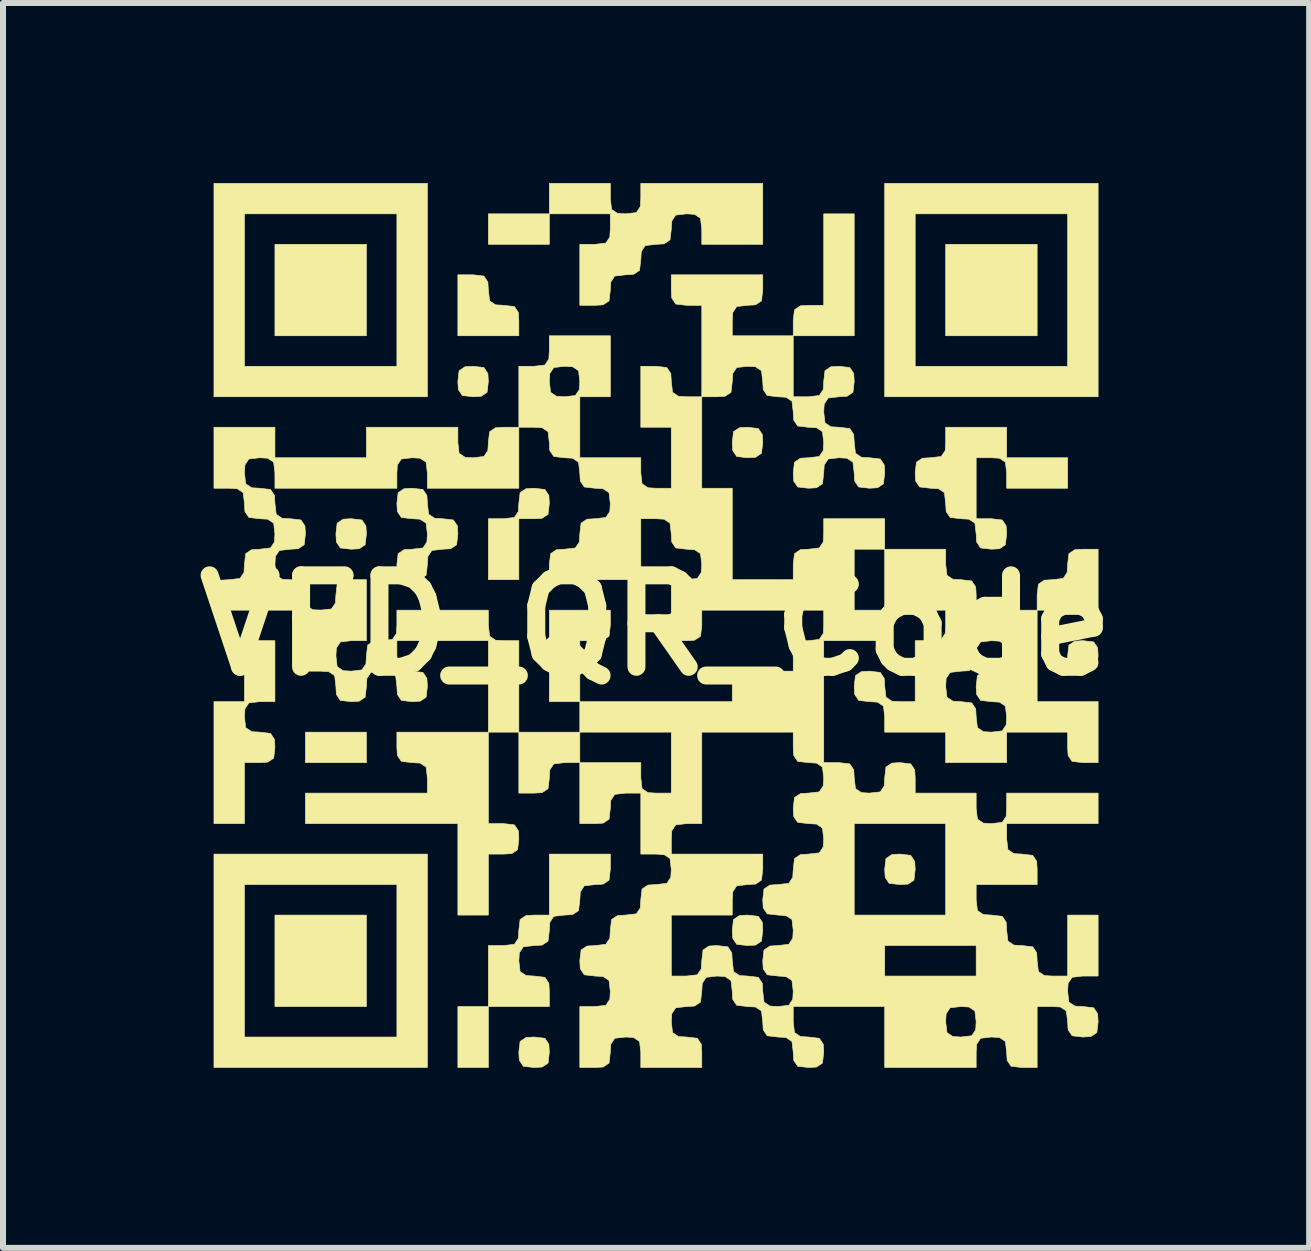
<source format=kicad_pcb>
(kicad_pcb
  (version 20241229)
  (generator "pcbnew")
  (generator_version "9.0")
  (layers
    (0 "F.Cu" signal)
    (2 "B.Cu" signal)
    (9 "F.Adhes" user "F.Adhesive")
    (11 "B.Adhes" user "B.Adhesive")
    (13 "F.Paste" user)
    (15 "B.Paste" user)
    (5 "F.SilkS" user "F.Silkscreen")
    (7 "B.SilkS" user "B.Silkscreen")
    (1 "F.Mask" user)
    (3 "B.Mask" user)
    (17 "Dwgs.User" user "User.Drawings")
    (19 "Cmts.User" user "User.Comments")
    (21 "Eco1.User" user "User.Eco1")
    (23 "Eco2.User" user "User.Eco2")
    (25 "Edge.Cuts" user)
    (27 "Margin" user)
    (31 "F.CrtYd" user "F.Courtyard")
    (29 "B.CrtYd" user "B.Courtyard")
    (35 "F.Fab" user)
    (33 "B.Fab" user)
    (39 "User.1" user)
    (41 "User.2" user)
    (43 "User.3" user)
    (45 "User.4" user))
  (footprint "VFD_QR_Code"
    (layer "F.Cu")
    (at 7.881 7.371)
    (property "Reference" "VFD_QR_Code" (at 0 0 0) (layer "F.SilkS") (effects (font (size 1.524 1.524) (thickness 0.3))))
    (attr through_hole)
    (fp_poly (pts (xy -4.826 -4.826) (xy -6.35 -4.826) (xy -6.35 -6.35) (xy -4.826 -6.35) (xy -4.826 -4.826)) (stroke (width 0.01) (type solid)) (fill yes) (layer "F.SilkS"))
    (fp_poly (pts (xy -4.826 2.286) (xy -5.842 2.286) (xy -5.842 1.778) (xy -4.826 1.778) (xy -4.826 2.286)) (stroke (width 0.01) (type solid)) (fill yes) (layer "F.SilkS"))
    (fp_poly (pts (xy -4.826 6.35) (xy -6.35 6.35) (xy -6.35 4.826) (xy -4.826 4.826) (xy -4.826 6.35)) (stroke (width 0.01) (type solid)) (fill yes) (layer "F.SilkS"))
    (fp_poly (pts (xy -2.794 7.366) (xy -3.302 7.366) (xy -3.302 6.35) (xy -2.794 6.35) (xy -2.794 7.366)) (stroke (width 0.01) (type solid)) (fill yes) (layer "F.SilkS"))
    (fp_poly (pts (xy -1.778 -6.35) (xy -2.794 -6.35) (xy -2.794 -6.858) (xy -1.778 -6.858) (xy -1.778 -6.35)) (stroke (width 0.01) (type solid)) (fill yes) (layer "F.SilkS"))
    (fp_poly (pts (xy 6.35 -4.826) (xy 4.826 -4.826) (xy 4.826 -6.35) (xy 6.35 -6.35) (xy 6.35 -4.826)) (stroke (width 0.01) (type solid)) (fill yes) (layer "F.SilkS"))
    (fp_poly (pts (xy -0.762 0) (xy -0.783 0.18) (xy -0.882 0.246) (xy -1.016 0.254) (xy -1.27 0.254) (xy -1.27 1.27) (xy -1.778 1.27) (xy -1.778 -0.254) (xy -0.762 -0.254) (xy -0.762 0)) (stroke (width 0.01) (type solid)) (fill yes) (layer "F.SilkS"))
    (fp_poly (pts (xy 2.286 -5.08) (xy 2.307 -5.26) (xy 2.406 -5.326) (xy 2.54 -5.334) (xy 2.794 -5.334) (xy 2.794 -6.858) (xy 3.302 -6.858) (xy 3.302 -4.826) (xy 2.286 -4.826) (xy 2.286 -5.08)) (stroke (width 0.01) (type solid)) (fill yes) (layer "F.SilkS"))
    (fp_poly (pts (xy -3.81 -3.81) (xy -7.366 -3.81) (xy -7.366 -6.858) (xy -6.858 -6.858) (xy -6.858 -4.318) (xy -4.318 -4.318) (xy -4.318 -6.858) (xy -6.858 -6.858) (xy -7.366 -6.858) (xy -7.366 -7.366) (xy -3.81 -7.366) (xy -3.81 -3.81)) (stroke (width 0.01) (type solid)) (fill yes) (layer "F.SilkS"))
    (fp_poly (pts (xy -3.81 7.366) (xy -7.366 7.366) (xy -7.366 4.318) (xy -6.858 4.318) (xy -6.858 6.858) (xy -4.318 6.858) (xy -4.318 4.318) (xy -6.858 4.318) (xy -7.366 4.318) (xy -7.366 3.81) (xy -3.81 3.81) (xy -3.81 7.366)) (stroke (width 0.01) (type solid)) (fill yes) (layer "F.SilkS"))
    (fp_poly (pts (xy 7.366 -3.81) (xy 3.81 -3.81) (xy 3.81 -6.858) (xy 4.318 -6.858) (xy 4.318 -4.318) (xy 6.858 -4.318) (xy 6.858 -6.858) (xy 4.318 -6.858) (xy 3.81 -6.858) (xy 3.81 -7.366) (xy 7.366 -7.366) (xy 7.366 -3.81)) (stroke (width 0.01) (type solid)) (fill yes) (layer "F.SilkS"))
    (fp_poly (pts (xy -4.9 -1.757) (xy -4.834 -1.658) (xy -4.826 -1.524) (xy -4.847 -1.344) (xy -4.946 -1.278) (xy -5.08 -1.27) (xy -5.26 -1.291) (xy -5.326 -1.39) (xy -5.334 -1.524) (xy -5.313 -1.704) (xy -5.214 -1.77) (xy -5.08 -1.778) (xy -4.9 -1.757)) (stroke (width 0.01) (type solid)) (fill yes) (layer "F.SilkS"))
    (fp_poly (pts (xy -2.868 -4.297) (xy -2.802 -4.198) (xy -2.794 -4.064) (xy -2.815 -3.884) (xy -2.914 -3.818) (xy -3.048 -3.81) (xy -3.228 -3.831) (xy -3.294 -3.93) (xy -3.302 -4.064) (xy -3.281 -4.244) (xy -3.182 -4.31) (xy -3.048 -4.318) (xy -2.868 -4.297)) (stroke (width 0.01) (type solid)) (fill yes) (layer "F.SilkS"))
    (fp_poly (pts (xy -1.852 6.879) (xy -1.786 6.978) (xy -1.778 7.112) (xy -1.799 7.292) (xy -1.898 7.358) (xy -2.032 7.366) (xy -2.212 7.345) (xy -2.278 7.246) (xy -2.286 7.112) (xy -2.265 6.932) (xy -2.166 6.866) (xy -2.032 6.858) (xy -1.852 6.879)) (stroke (width 0.01) (type solid)) (fill yes) (layer "F.SilkS"))
    (fp_poly (pts (xy 1.704 -3.281) (xy 1.77 -3.182) (xy 1.778 -3.048) (xy 1.757 -2.868) (xy 1.658 -2.802) (xy 1.524 -2.794) (xy 1.344 -2.815) (xy 1.278 -2.914) (xy 1.27 -3.048) (xy 1.291 -3.228) (xy 1.39 -3.294) (xy 1.524 -3.302) (xy 1.704 -3.281)) (stroke (width 0.01) (type solid)) (fill yes) (layer "F.SilkS"))
    (fp_poly (pts (xy 1.704 4.847) (xy 1.77 4.946) (xy 1.778 5.08) (xy 1.757 5.26) (xy 1.658 5.326) (xy 1.524 5.334) (xy 1.344 5.313) (xy 1.278 5.214) (xy 1.27 5.08) (xy 1.291 4.9) (xy 1.39 4.834) (xy 1.524 4.826) (xy 1.704 4.847)) (stroke (width 0.01) (type solid)) (fill yes) (layer "F.SilkS"))
    (fp_poly (pts (xy 4.244 3.831) (xy 4.31 3.93) (xy 4.318 4.064) (xy 4.297 4.244) (xy 4.198 4.31) (xy 4.064 4.318) (xy 3.884 4.297) (xy 3.818 4.198) (xy 3.81 4.064) (xy 3.831 3.884) (xy 3.93 3.818) (xy 4.064 3.81) (xy 4.244 3.831)) (stroke (width 0.01) (type solid)) (fill yes) (layer "F.SilkS"))
    (fp_poly (pts (xy 7.292 0.275) (xy 7.358 0.374) (xy 7.366 0.508) (xy 7.345 0.688) (xy 7.246 0.754) (xy 7.112 0.762) (xy 6.932 0.741) (xy 6.866 0.642) (xy 6.858 0.508) (xy 6.879 0.328) (xy 6.978 0.262) (xy 7.112 0.254) (xy 7.292 0.275)) (stroke (width 0.01) (type solid)) (fill yes) (layer "F.SilkS"))
    (fp_poly (pts (xy -2.868 -5.821) (xy -2.802 -5.722) (xy -2.794 -5.588) (xy -2.773 -5.408) (xy -2.674 -5.342) (xy -2.54 -5.334) (xy -2.36 -5.313) (xy -2.294 -5.214) (xy -2.286 -5.08) (xy -2.286 -4.826) (xy -3.302 -4.826) (xy -3.302 -5.842) (xy -3.048 -5.842) (xy -2.868 -5.821)) (stroke (width 0.01) (type solid)) (fill yes) (layer "F.SilkS"))
    (fp_poly (pts (xy 6.35 -0.508) (xy 6.371 -0.688) (xy 6.47 -0.754) (xy 6.604 -0.762) (xy 6.784 -0.783) (xy 6.85 -0.882) (xy 6.858 -1.016) (xy 6.879 -1.196) (xy 6.978 -1.262) (xy 7.112 -1.27) (xy 7.366 -1.27) (xy 7.366 -0.254) (xy 6.35 -0.254) (xy 6.35 -0.508)) (stroke (width 0.01) (type solid)) (fill yes) (layer "F.SilkS"))
    (fp_poly (pts (xy -1.852 -2.265) (xy -1.786 -2.166) (xy -1.778 -2.032) (xy -1.799 -1.852) (xy -1.898 -1.786) (xy -2.032 -1.778) (xy -2.286 -1.778) (xy -2.286 -0.762) (xy -2.794 -0.762) (xy -2.794 -1.778) (xy -2.54 -1.778) (xy -2.36 -1.799) (xy -2.294 -1.898) (xy -2.286 -2.032) (xy -2.265 -2.212) (xy -2.166 -2.278) (xy -2.032 -2.286) (xy -1.852 -2.265)) (stroke (width 0.01) (type solid)) (fill yes) (layer "F.SilkS"))
    (fp_poly (pts (xy -6.35 1.27) (xy -6.604 1.27) (xy -6.784 1.291) (xy -6.85 1.39) (xy -6.858 1.524) (xy -6.837 1.704) (xy -6.738 1.77) (xy -6.604 1.778) (xy -6.424 1.799) (xy -6.358 1.898) (xy -6.35 2.032) (xy -6.371 2.212) (xy -6.47 2.278) (xy -6.604 2.286) (xy -6.858 2.286) (xy -6.858 3.302) (xy -7.366 3.302) (xy -7.366 1.27) (xy -6.858 1.27) (xy -6.858 0.254) (xy -6.35 0.254) (xy -6.35 1.27)) (stroke (width 0.01) (type solid)) (fill yes) (layer "F.SilkS"))
    (fp_poly (pts (xy -2.794 3.302) (xy -2.54 3.302) (xy -2.36 3.323) (xy -2.294 3.422) (xy -2.286 3.556) (xy -2.307 3.736) (xy -2.406 3.802) (xy -2.54 3.81) (xy -2.794 3.81) (xy -2.794 4.826) (xy -3.302 4.826) (xy -3.302 3.302) (xy -5.842 3.302) (xy -5.842 2.794) (xy -3.81 2.794) (xy -3.81 2.54) (xy -3.831 2.36) (xy -3.93 2.294) (xy -4.064 2.286) (xy -4.244 2.265) (xy -4.31 2.166) (xy -4.318 2.032) (xy -4.318 1.778) (xy -2.794 1.778) (xy -2.794 3.302)) (stroke (width 0.01) (type solid)) (fill yes) (layer "F.SilkS"))
    (fp_poly (pts (xy -3.884 -2.265) (xy -3.818 -2.166) (xy -3.81 -2.032) (xy -3.789 -1.852) (xy -3.69 -1.786) (xy -3.556 -1.778) (xy -3.376 -1.757) (xy -3.31 -1.658) (xy -3.302 -1.524) (xy -3.323 -1.344) (xy -3.422 -1.278) (xy -3.556 -1.27) (xy -3.736 -1.249) (xy -3.802 -1.15) (xy -3.81 -1.016) (xy -3.831 -0.836) (xy -3.93 -0.77) (xy -4.064 -0.762) (xy -4.244 -0.783) (xy -4.31 -0.882) (xy -4.318 -1.016) (xy -4.297 -1.196) (xy -4.198 -1.262) (xy -4.064 -1.27) (xy -3.884 -1.291) (xy -3.818 -1.39) (xy -3.81 -1.524) (xy -3.831 -1.704) (xy -3.93 -1.77) (xy -4.064 -1.778) (xy -4.244 -1.799) (xy -4.31 -1.898) (xy -4.318 -2.032) (xy -4.297 -2.212) (xy -4.198 -2.278) (xy -4.064 -2.286) (xy -3.884 -2.265)) (stroke (width 0.01) (type solid)) (fill yes) (layer "F.SilkS"))
    (fp_poly (pts (xy -2.794 5.334) (xy -2.54 5.334) (xy -2.36 5.313) (xy -2.294 5.214) (xy -2.286 5.08) (xy -2.265 4.9) (xy -2.166 4.834) (xy -2.032 4.826) (xy -1.778 4.826) (xy -1.778 3.81) (xy -0.762 3.81) (xy -0.762 4.064) (xy -0.783 4.244) (xy -0.882 4.31) (xy -1.016 4.318) (xy -1.196 4.339) (xy -1.262 4.438) (xy -1.27 4.572) (xy -1.291 4.752) (xy -1.39 4.818) (xy -1.524 4.826) (xy -1.704 4.847) (xy -1.77 4.946) (xy -1.778 5.08) (xy -1.799 5.26) (xy -1.898 5.326) (xy -2.032 5.334) (xy -2.212 5.355) (xy -2.278 5.454) (xy -2.286 5.588) (xy -2.265 5.768) (xy -2.166 5.834) (xy -2.032 5.842) (xy -1.852 5.863) (xy -1.786 5.962) (xy -1.778 6.096) (xy -1.778 6.35) (xy -2.794 6.35) (xy -2.794 5.334)) (stroke (width 0.01) (type solid)) (fill yes) (layer "F.SilkS"))
    (fp_poly (pts (xy 5.842 -2.794) (xy 6.858 -2.794) (xy 6.858 -2.286) (xy 5.842 -2.286) (xy 5.842 -2.54) (xy 5.821 -2.72) (xy 5.722 -2.786) (xy 5.588 -2.794) (xy 5.334 -2.794) (xy 5.334 -1.778) (xy 5.588 -1.778) (xy 5.768 -1.757) (xy 5.834 -1.658) (xy 5.842 -1.524) (xy 5.821 -1.344) (xy 5.722 -1.278) (xy 5.588 -1.27) (xy 5.408 -1.291) (xy 5.342 -1.39) (xy 5.334 -1.524) (xy 5.313 -1.704) (xy 5.214 -1.77) (xy 5.08 -1.778) (xy 4.9 -1.799) (xy 4.834 -1.898) (xy 4.826 -2.032) (xy 4.805 -2.212) (xy 4.706 -2.278) (xy 4.572 -2.286) (xy 4.392 -2.307) (xy 4.326 -2.406) (xy 4.318 -2.54) (xy 4.339 -2.72) (xy 4.438 -2.786) (xy 4.572 -2.794) (xy 4.752 -2.815) (xy 4.818 -2.914) (xy 4.826 -3.048) (xy 4.826 -3.302) (xy 5.842 -3.302) (xy 5.842 -2.794)) (stroke (width 0.01) (type solid)) (fill yes) (layer "F.SilkS"))
    (fp_poly (pts (xy -1.778 -7.366) (xy -0.762 -7.366) (xy -0.762 -7.112) (xy -0.741 -6.932) (xy -0.642 -6.866) (xy -0.508 -6.858) (xy -0.328 -6.879) (xy -0.262 -6.978) (xy -0.254 -7.112) (xy -0.254 -7.366) (xy 1.778 -7.366) (xy 1.778 -6.35) (xy 0.762 -6.35) (xy 0.762 -6.604) (xy 0.741 -6.784) (xy 0.642 -6.85) (xy 0.508 -6.858) (xy 0.328 -6.837) (xy 0.262 -6.738) (xy 0.254 -6.604) (xy 0.233 -6.424) (xy 0.134 -6.358) (xy 0 -6.35) (xy -0.18 -6.329) (xy -0.246 -6.23) (xy -0.254 -6.096) (xy -0.275 -5.916) (xy -0.374 -5.85) (xy -0.508 -5.842) (xy -0.688 -5.821) (xy -0.754 -5.722) (xy -0.762 -5.588) (xy -0.783 -5.408) (xy -0.882 -5.342) (xy -1.016 -5.334) (xy -1.27 -5.334) (xy -1.27 -6.35) (xy -1.016 -6.35) (xy -0.836 -6.371) (xy -0.77 -6.47) (xy -0.762 -6.604) (xy -0.762 -6.858) (xy -1.778 -6.858) (xy -1.778 -7.366)) (stroke (width 0.01) (type solid)) (fill yes) (layer "F.SilkS"))
    (fp_poly (pts (xy 6.35 1.27) (xy 7.366 1.27) (xy 7.366 2.286) (xy 7.112 2.286) (xy 6.932 2.265) (xy 6.866 2.166) (xy 6.858 2.032) (xy 6.858 1.778) (xy 5.842 1.778) (xy 5.842 2.286) (xy 4.826 2.286) (xy 4.826 1.778) (xy 3.81 1.778) (xy 3.81 1.524) (xy 3.789 1.344) (xy 3.69 1.278) (xy 3.556 1.27) (xy 3.376 1.249) (xy 3.31 1.15) (xy 3.302 1.016) (xy 3.323 0.836) (xy 3.422 0.77) (xy 3.556 0.762) (xy 3.736 0.783) (xy 3.802 0.882) (xy 3.81 1.016) (xy 3.831 1.196) (xy 3.93 1.262) (xy 4.064 1.27) (xy 4.318 1.27) (xy 4.318 1.016) (xy 4.826 1.016) (xy 4.847 1.196) (xy 4.946 1.262) (xy 5.08 1.27) (xy 5.26 1.291) (xy 5.326 1.39) (xy 5.334 1.524) (xy 5.355 1.704) (xy 5.454 1.77) (xy 5.588 1.778) (xy 5.768 1.757) (xy 5.834 1.658) (xy 5.842 1.524) (xy 5.821 1.344) (xy 5.722 1.278) (xy 5.588 1.27) (xy 5.408 1.249) (xy 5.342 1.15) (xy 5.334 1.016) (xy 5.355 0.836) (xy 5.454 0.77) (xy 5.588 0.762) (xy 5.768 0.741) (xy 5.834 0.642) (xy 5.842 0.508) (xy 5.821 0.328) (xy 5.722 0.262) (xy 5.588 0.254) (xy 5.408 0.275) (xy 5.342 0.374) (xy 5.334 0.508) (xy 5.313 0.688) (xy 5.214 0.754) (xy 5.08 0.762) (xy 4.9 0.783) (xy 4.834 0.882) (xy 4.826 1.016) (xy 4.318 1.016) (xy 4.318 0.254) (xy 4.572 0.254) (xy 4.752 0.233) (xy 4.818 0.134) (xy 4.826 0) (xy 4.826 -0.254) (xy 3.81 -0.254) (xy 3.81 -1.27) (xy 4.826 -1.27) (xy 4.826 -1.016) (xy 4.847 -0.836) (xy 4.946 -0.77) (xy 5.08 -0.762) (xy 5.26 -0.741) (xy 5.326 -0.642) (xy 5.334 -0.508) (xy 5.334 -0.254) (xy 6.35 -0.254) (xy 6.35 1.27)) (stroke (width 0.01) (type solid)) (fill yes) (layer "F.SilkS"))
    (fp_poly (pts (xy 2.286 -3.81) (xy 2.54 -3.81) (xy 2.72 -3.831) (xy 2.786 -3.93) (xy 2.794 -4.064) (xy 2.815 -4.244) (xy 2.914 -4.31) (xy 3.048 -4.318) (xy 3.228 -4.297) (xy 3.294 -4.198) (xy 3.302 -4.064) (xy 3.281 -3.884) (xy 3.182 -3.818) (xy 3.048 -3.81) (xy 2.868 -3.789) (xy 2.802 -3.69) (xy 2.794 -3.556) (xy 2.815 -3.376) (xy 2.914 -3.31) (xy 3.048 -3.302) (xy 3.228 -3.281) (xy 3.294 -3.182) (xy 3.302 -3.048) (xy 3.323 -2.868) (xy 3.422 -2.802) (xy 3.556 -2.794) (xy 3.736 -2.773) (xy 3.802 -2.674) (xy 3.81 -2.54) (xy 3.789 -2.36) (xy 3.69 -2.294) (xy 3.556 -2.286) (xy 3.376 -2.307) (xy 3.31 -2.406) (xy 3.302 -2.54) (xy 3.281 -2.72) (xy 3.182 -2.786) (xy 3.048 -2.794) (xy 2.868 -2.773) (xy 2.802 -2.674) (xy 2.794 -2.54) (xy 2.773 -2.36) (xy 2.674 -2.294) (xy 2.54 -2.286) (xy 2.36 -2.307) (xy 2.294 -2.406) (xy 2.286 -2.54) (xy 2.307 -2.72) (xy 2.406 -2.786) (xy 2.54 -2.794) (xy 2.72 -2.815) (xy 2.786 -2.914) (xy 2.794 -3.048) (xy 2.773 -3.228) (xy 2.674 -3.294) (xy 2.54 -3.302) (xy 2.36 -3.323) (xy 2.294 -3.422) (xy 2.286 -3.556) (xy 2.265 -3.736) (xy 2.166 -3.802) (xy 2.032 -3.81) (xy 1.852 -3.831) (xy 1.786 -3.93) (xy 1.778 -4.064) (xy 1.757 -4.244) (xy 1.658 -4.31) (xy 1.524 -4.318) (xy 1.344 -4.297) (xy 1.278 -4.198) (xy 1.27 -4.064) (xy 1.249 -3.884) (xy 1.15 -3.818) (xy 1.016 -3.81) (xy 0.762 -3.81) (xy 0.762 -5.334) (xy 0.508 -5.334) (xy 0.328 -5.355) (xy 0.262 -5.454) (xy 0.254 -5.588) (xy 0.254 -5.842) (xy 1.778 -5.842) (xy 1.778 -5.588) (xy 1.757 -5.408) (xy 1.658 -5.342) (xy 1.524 -5.334) (xy 1.344 -5.313) (xy 1.278 -5.214) (xy 1.27 -5.08) (xy 1.27 -4.826) (xy 2.286 -4.826) (xy 2.286 -3.81)) (stroke (width 0.01) (type solid)) (fill yes) (layer "F.SilkS"))
    (fp_poly (pts (xy -2.794 0.254) (xy -4.318 0.254) (xy -4.318 0.508) (xy -4.297 0.688) (xy -4.198 0.754) (xy -4.064 0.762) (xy -3.884 0.783) (xy -3.818 0.882) (xy -3.81 1.016) (xy -3.831 1.196) (xy -3.93 1.262) (xy -4.064 1.27) (xy -4.244 1.249) (xy -4.31 1.15) (xy -4.318 1.016) (xy -4.339 0.836) (xy -4.438 0.77) (xy -4.572 0.762) (xy -4.752 0.783) (xy -4.818 0.882) (xy -4.826 1.016) (xy -4.847 1.196) (xy -4.946 1.262) (xy -5.08 1.27) (xy -5.26 1.249) (xy -5.326 1.15) (xy -5.334 1.016) (xy -5.355 0.836) (xy -5.454 0.77) (xy -5.588 0.762) (xy -5.842 0.762) (xy -5.842 -0.254) (xy -7.366 -0.254) (xy -7.366 -0.508) (xy -7.345 -0.688) (xy -7.246 -0.754) (xy -7.112 -0.762) (xy -6.932 -0.783) (xy -6.866 -0.882) (xy -6.858 -1.016) (xy -6.837 -1.196) (xy -6.738 -1.262) (xy -6.604 -1.27) (xy -6.424 -1.291) (xy -6.358 -1.39) (xy -6.35 -1.524) (xy -6.371 -1.704) (xy -6.47 -1.77) (xy -6.604 -1.778) (xy -6.784 -1.799) (xy -6.85 -1.898) (xy -6.858 -2.032) (xy -6.879 -2.212) (xy -6.978 -2.278) (xy -7.112 -2.286) (xy -7.366 -2.286) (xy -7.366 -3.302) (xy -6.35 -3.302) (xy -6.35 -2.794) (xy -4.826 -2.794) (xy -4.826 -3.302) (xy -3.302 -3.302) (xy -3.302 -3.048) (xy -3.281 -2.868) (xy -3.182 -2.802) (xy -3.048 -2.794) (xy -2.868 -2.815) (xy -2.802 -2.914) (xy -2.794 -3.048) (xy -2.773 -3.228) (xy -2.674 -3.294) (xy -2.54 -3.302) (xy -2.286 -3.302) (xy -2.286 -2.286) (xy -3.81 -2.286) (xy -3.81 -2.54) (xy -3.831 -2.72) (xy -3.93 -2.786) (xy -4.064 -2.794) (xy -4.244 -2.773) (xy -4.31 -2.674) (xy -4.318 -2.54) (xy -4.318 -2.286) (xy -6.35 -2.286) (xy -6.35 -2.54) (xy -6.371 -2.72) (xy -6.47 -2.786) (xy -6.604 -2.794) (xy -6.784 -2.773) (xy -6.85 -2.674) (xy -6.858 -2.54) (xy -6.837 -2.36) (xy -6.738 -2.294) (xy -6.604 -2.286) (xy -6.424 -2.265) (xy -6.358 -2.166) (xy -6.35 -2.032) (xy -6.329 -1.852) (xy -6.23 -1.786) (xy -6.096 -1.778) (xy -5.916 -1.757) (xy -5.85 -1.658) (xy -5.842 -1.524) (xy -5.863 -1.344) (xy -5.962 -1.278) (xy -6.096 -1.27) (xy -6.276 -1.249) (xy -6.342 -1.15) (xy -6.35 -1.016) (xy -6.329 -0.836) (xy -6.23 -0.77) (xy -6.096 -0.762) (xy -5.916 -0.741) (xy -5.85 -0.642) (xy -5.842 -0.508) (xy -5.821 -0.328) (xy -5.722 -0.262) (xy -5.588 -0.254) (xy -5.408 -0.275) (xy -5.342 -0.374) (xy -5.334 -0.508) (xy -5.313 -0.688) (xy -5.214 -0.754) (xy -5.08 -0.762) (xy -4.826 -0.762) (xy -4.826 0.254) (xy -5.08 0.254) (xy -5.26 0.275) (xy -5.326 0.374) (xy -5.334 0.508) (xy -5.313 0.688) (xy -5.214 0.754) (xy -5.08 0.762) (xy -4.9 0.741) (xy -4.834 0.642) (xy -4.826 0.508) (xy -4.805 0.328) (xy -4.706 0.262) (xy -4.572 0.254) (xy -4.392 0.233) (xy -4.326 0.134) (xy -4.318 0) (xy -4.318 -0.254) (xy -2.794 -0.254) (xy -2.794 0) (xy -2.773 0.18) (xy -2.674 0.246) (xy -2.54 0.254) (xy -2.286 0.254) (xy -2.286 1.778) (xy -2.794 1.778) (xy -2.794 0.254)) (stroke (width 0.01) (type solid)) (fill yes) (layer "F.SilkS"))
    (fp_poly (pts (xy -2.286 -4.318) (xy -2.032 -4.318) (xy -1.852 -4.339) (xy -1.786 -4.438) (xy -1.778 -4.572) (xy -1.778 -4.826) (xy -0.762 -4.826) (xy -0.762 -3.81) (xy -1.27 -3.81) (xy -1.27 -2.794) (xy -0.254 -2.794) (xy -0.254 -2.54) (xy -0.233 -2.36) (xy -0.134 -2.294) (xy 0 -2.286) (xy 0.254 -2.286) (xy 0.254 -3.302) (xy -0.254 -3.302) (xy -0.254 -4.318) (xy 0 -4.318) (xy 0.18 -4.297) (xy 0.246 -4.198) (xy 0.254 -4.064) (xy 0.275 -3.884) (xy 0.374 -3.818) (xy 0.508 -3.81) (xy 0.762 -3.81) (xy 0.762 -2.286) (xy 1.27 -2.286) (xy 1.27 -0.762) (xy 2.286 -0.762) (xy 2.286 -1.016) (xy 2.307 -1.196) (xy 2.406 -1.262) (xy 2.54 -1.27) (xy 2.72 -1.291) (xy 2.786 -1.39) (xy 2.794 -1.524) (xy 2.794 -1.778) (xy 3.81 -1.778) (xy 3.81 -1.27) (xy 3.302 -1.27) (xy 3.302 -0.254) (xy 3.81 -0.254) (xy 3.81 0.254) (xy 2.794 0.254) (xy 2.794 2.286) (xy 3.048 2.286) (xy 3.228 2.307) (xy 3.294 2.406) (xy 3.302 2.54) (xy 3.323 2.72) (xy 3.422 2.786) (xy 3.556 2.794) (xy 3.736 2.773) (xy 3.802 2.674) (xy 3.81 2.54) (xy 3.831 2.36) (xy 3.93 2.294) (xy 4.064 2.286) (xy 4.244 2.307) (xy 4.31 2.406) (xy 4.318 2.54) (xy 4.318 2.794) (xy 5.334 2.794) (xy 5.334 3.048) (xy 5.355 3.228) (xy 5.454 3.294) (xy 5.588 3.302) (xy 5.768 3.281) (xy 5.834 3.182) (xy 5.842 3.048) (xy 5.842 2.794) (xy 7.366 2.794) (xy 7.366 3.302) (xy 5.842 3.302) (xy 5.842 3.556) (xy 5.863 3.736) (xy 5.962 3.802) (xy 6.096 3.81) (xy 6.276 3.831) (xy 6.342 3.93) (xy 6.35 4.064) (xy 6.35 4.318) (xy 5.334 4.318) (xy 5.334 4.572) (xy 5.355 4.752) (xy 5.454 4.818) (xy 5.588 4.826) (xy 5.768 4.847) (xy 5.834 4.946) (xy 5.842 5.08) (xy 5.863 5.26) (xy 5.962 5.326) (xy 6.096 5.334) (xy 6.276 5.355) (xy 6.342 5.454) (xy 6.35 5.588) (xy 6.371 5.768) (xy 6.47 5.834) (xy 6.604 5.842) (xy 6.858 5.842) (xy 6.858 4.826) (xy 7.366 4.826) (xy 7.366 5.842) (xy 7.112 5.842) (xy 6.932 5.863) (xy 6.866 5.962) (xy 6.858 6.096) (xy 6.879 6.276) (xy 6.978 6.342) (xy 7.112 6.35) (xy 7.292 6.371) (xy 7.358 6.47) (xy 7.366 6.604) (xy 7.345 6.784) (xy 7.246 6.85) (xy 7.112 6.858) (xy 6.932 6.837) (xy 6.866 6.738) (xy 6.858 6.604) (xy 6.837 6.424) (xy 6.738 6.358) (xy 6.604 6.35) (xy 6.35 6.35) (xy 6.35 7.366) (xy 6.096 7.366) (xy 5.916 7.345) (xy 5.85 7.246) (xy 5.842 7.112) (xy 5.821 6.932) (xy 5.722 6.866) (xy 5.588 6.858) (xy 5.408 6.879) (xy 5.342 6.978) (xy 5.334 7.112) (xy 5.334 7.366) (xy 3.81 7.366) (xy 3.81 6.604) (xy 4.826 6.604) (xy 4.847 6.784) (xy 4.946 6.85) (xy 5.08 6.858) (xy 5.26 6.837) (xy 5.326 6.738) (xy 5.334 6.604) (xy 5.313 6.424) (xy 5.214 6.358) (xy 5.08 6.35) (xy 4.9 6.371) (xy 4.834 6.47) (xy 4.826 6.604) (xy 3.81 6.604) (xy 3.81 6.35) (xy 2.286 6.35) (xy 2.286 6.604) (xy 2.307 6.784) (xy 2.406 6.85) (xy 2.54 6.858) (xy 2.72 6.879) (xy 2.786 6.978) (xy 2.794 7.112) (xy 2.773 7.292) (xy 2.674 7.358) (xy 2.54 7.366) (xy 2.36 7.345) (xy 2.294 7.246) (xy 2.286 7.112) (xy 2.265 6.932) (xy 2.166 6.866) (xy 2.032 6.858) (xy 1.852 6.837) (xy 1.786 6.738) (xy 1.778 6.604) (xy 1.757 6.424) (xy 1.658 6.358) (xy 1.524 6.35) (xy 1.344 6.329) (xy 1.278 6.23) (xy 1.27 6.096) (xy 1.249 5.916) (xy 1.15 5.85) (xy 1.016 5.842) (xy 0.836 5.863) (xy 0.77 5.962) (xy 0.762 6.096) (xy 0.741 6.276) (xy 0.642 6.342) (xy 0.508 6.35) (xy 0.328 6.371) (xy 0.262 6.47) (xy 0.254 6.604) (xy 0.275 6.784) (xy 0.374 6.85) (xy 0.508 6.858) (xy 0.688 6.879) (xy 0.754 6.978) (xy 0.762 7.112) (xy 0.762 7.366) (xy -0.254 7.366) (xy -0.254 7.112) (xy -0.275 6.932) (xy -0.374 6.866) (xy -0.508 6.858) (xy -0.688 6.879) (xy -0.754 6.978) (xy -0.762 7.112) (xy -0.783 7.292) (xy -0.882 7.358) (xy -1.016 7.366) (xy -1.27 7.366) (xy -1.27 6.35) (xy -1.016 6.35) (xy -0.836 6.329) (xy -0.77 6.23) (xy -0.762 6.096) (xy -0.783 5.916) (xy -0.882 5.85) (xy -1.016 5.842) (xy -1.196 5.821) (xy -1.262 5.722) (xy -1.27 5.588) (xy -1.249 5.408) (xy -1.15 5.342) (xy -1.016 5.334) (xy -0.836 5.313) (xy -0.77 5.214) (xy -0.762 5.08) (xy -0.741 4.9) (xy -0.642 4.834) (xy -0.508 4.826) (xy -0.328 4.805) (xy -0.262 4.706) (xy -0.254 4.572) (xy -0.233 4.392) (xy -0.134 4.326) (xy 0 4.318) (xy 0.18 4.297) (xy 0.246 4.198) (xy 0.254 4.064) (xy 0.233 3.884) (xy 0.134 3.818) (xy 0 3.81) (xy -0.254 3.81) (xy -0.254 3.556) (xy 0.254 3.556) (xy 0.254 3.81) (xy 1.778 3.81) (xy 1.778 4.064) (xy 1.757 4.244) (xy 1.658 4.31) (xy 1.524 4.318) (xy 1.344 4.339) (xy 1.278 4.438) (xy 1.27 4.572) (xy 1.27 4.826) (xy 0.254 4.826) (xy 0.254 5.842) (xy 0.508 5.842) (xy 0.688 5.821) (xy 0.754 5.722) (xy 0.762 5.588) (xy 0.783 5.408) (xy 0.882 5.342) (xy 1.016 5.334) (xy 1.196 5.355) (xy 1.262 5.454) (xy 1.27 5.588) (xy 1.291 5.768) (xy 1.39 5.834) (xy 1.524 5.842) (xy 1.704 5.863) (xy 1.77 5.962) (xy 1.778 6.096) (xy 1.799 6.276) (xy 1.898 6.342) (xy 2.032 6.35) (xy 2.212 6.329) (xy 2.278 6.23) (xy 2.286 6.096) (xy 2.265 5.916) (xy 2.166 5.85) (xy 2.032 5.842) (xy 1.852 5.821) (xy 1.786 5.722) (xy 1.778 5.588) (xy 1.799 5.408) (xy 1.898 5.342) (xy 2.032 5.334) (xy 3.81 5.334) (xy 3.81 5.842) (xy 5.334 5.842) (xy 5.334 5.334) (xy 3.81 5.334) (xy 2.032 5.334) (xy 2.212 5.313) (xy 2.278 5.214) (xy 2.286 5.08) (xy 2.265 4.9) (xy 2.166 4.834) (xy 2.032 4.826) (xy 1.852 4.805) (xy 1.786 4.706) (xy 1.778 4.572) (xy 1.799 4.392) (xy 1.898 4.326) (xy 2.032 4.318) (xy 2.212 4.297) (xy 2.278 4.198) (xy 2.286 4.064) (xy 2.307 3.884) (xy 2.406 3.818) (xy 2.54 3.81) (xy 2.72 3.789) (xy 2.786 3.69) (xy 2.794 3.556) (xy 2.773 3.376) (xy 2.674 3.31) (xy 2.54 3.302) (xy 3.302 3.302) (xy 3.302 4.826) (xy 4.826 4.826) (xy 4.826 3.302) (xy 3.302 3.302) (xy 2.54 3.302) (xy 2.36 3.281) (xy 2.294 3.182) (xy 2.286 3.048) (xy 2.307 2.868) (xy 2.406 2.802) (xy 2.54 2.794) (xy 2.72 2.773) (xy 2.786 2.674) (xy 2.794 2.54) (xy 2.773 2.36) (xy 2.674 2.294) (xy 2.54 2.286) (xy 2.36 2.265) (xy 2.294 2.166) (xy 2.286 2.032) (xy 2.286 1.778) (xy 0.762 1.778) (xy 0.762 3.302) (xy 0.508 3.302) (xy 0.328 3.323) (xy 0.262 3.422) (xy 0.254 3.556) (xy -0.254 3.556) (xy -0.254 2.794) (xy -0.508 2.794) (xy -0.688 2.815) (xy -0.754 2.914) (xy -0.762 3.048) (xy -0.783 3.228) (xy -0.882 3.294) (xy -1.016 3.302) (xy -1.27 3.302) (xy -1.27 2.286) (xy -1.524 2.286) (xy -1.704 2.307) (xy -1.77 2.406) (xy -1.778 2.54) (xy -1.799 2.72) (xy -1.898 2.786) (xy -2.032 2.794) (xy -2.286 2.794) (xy -2.286 1.778) (xy -1.27 1.778) (xy -1.27 2.286) (xy -0.254 2.286) (xy -0.254 2.54) (xy -0.233 2.72) (xy -0.134 2.786) (xy 0 2.794) (xy 0.254 2.794) (xy 0.254 1.778) (xy -1.27 1.778) (xy -1.27 1.27) (xy 1.27 1.27) (xy 1.27 0.762) (xy 2.286 0.762) (xy 2.286 0.508) (xy 2.307 0.328) (xy 2.406 0.262) (xy 2.54 0.254) (xy 2.72 0.233) (xy 2.786 0.134) (xy 2.794 0) (xy 2.794 -0.254) (xy 0.762 -0.254) (xy 0.762 0) (xy 0.741 0.18) (xy 0.642 0.246) (xy 0.508 0.254) (xy 0.254 0.254) (xy 0.254 -0.762) (xy 0.508 -0.762) (xy 0.688 -0.783) (xy 0.754 -0.882) (xy 0.762 -1.016) (xy 0.741 -1.196) (xy 0.642 -1.262) (xy 0.508 -1.27) (xy 0.328 -1.291) (xy 0.262 -1.39) (xy 0.254 -1.524) (xy 0.233 -1.704) (xy 0.134 -1.77) (xy 0 -1.778) (xy -0.254 -1.778) (xy -0.254 -0.762) (xy -1.778 -0.762) (xy -1.778 -1.016) (xy -1.757 -1.196) (xy -1.658 -1.262) (xy -1.524 -1.27) (xy -1.344 -1.291) (xy -1.278 -1.39) (xy -1.27 -1.524) (xy -1.249 -1.704) (xy -1.15 -1.77) (xy -1.016 -1.778) (xy -0.836 -1.799) (xy -0.77 -1.898) (xy -0.762 -2.032) (xy -0.783 -2.212) (xy -0.882 -2.278) (xy -1.016 -2.286) (xy -1.196 -2.307) (xy -1.262 -2.406) (xy -1.27 -2.54) (xy -1.291 -2.72) (xy -1.39 -2.786) (xy -1.524 -2.794) (xy -1.704 -2.815) (xy -1.77 -2.914) (xy -1.778 -3.048) (xy -1.799 -3.228) (xy -1.898 -3.294) (xy -2.032 -3.302) (xy -2.286 -3.302) (xy -2.286 -4.064) (xy -1.778 -4.064) (xy -1.757 -3.884) (xy -1.658 -3.818) (xy -1.524 -3.81) (xy -1.344 -3.831) (xy -1.278 -3.93) (xy -1.27 -4.064) (xy -1.291 -4.244) (xy -1.39 -4.31) (xy -1.524 -4.318) (xy -1.704 -4.297) (xy -1.77 -4.198) (xy -1.778 -4.064) (xy -2.286 -4.064) (xy -2.286 -4.318)) (stroke (width 0.01) (type solid)) (fill yes) (layer "F.SilkS")))
  (gr_rect
    (start -3 -3)
    (end 18.763 17.742)
    (stroke (width 0.1) (type default))
    (fill no)
    (layer "Edge.Cuts")))
</source>
